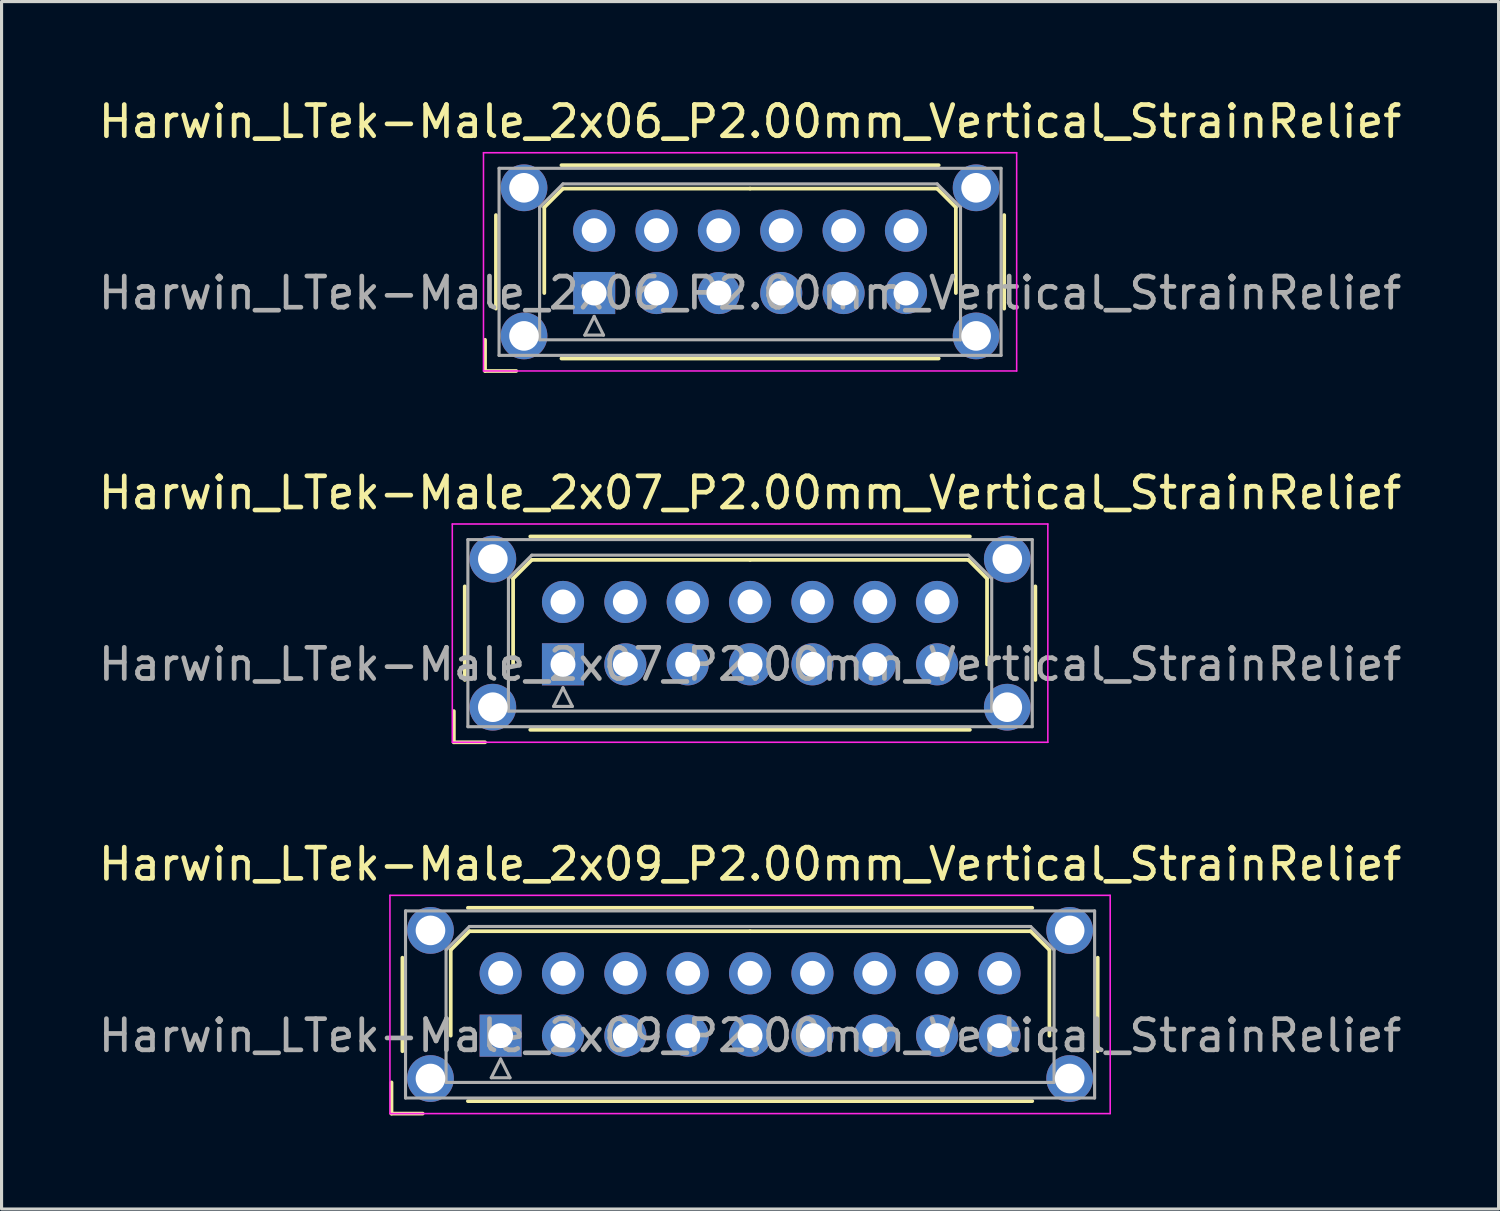
<source format=kicad_pcb>
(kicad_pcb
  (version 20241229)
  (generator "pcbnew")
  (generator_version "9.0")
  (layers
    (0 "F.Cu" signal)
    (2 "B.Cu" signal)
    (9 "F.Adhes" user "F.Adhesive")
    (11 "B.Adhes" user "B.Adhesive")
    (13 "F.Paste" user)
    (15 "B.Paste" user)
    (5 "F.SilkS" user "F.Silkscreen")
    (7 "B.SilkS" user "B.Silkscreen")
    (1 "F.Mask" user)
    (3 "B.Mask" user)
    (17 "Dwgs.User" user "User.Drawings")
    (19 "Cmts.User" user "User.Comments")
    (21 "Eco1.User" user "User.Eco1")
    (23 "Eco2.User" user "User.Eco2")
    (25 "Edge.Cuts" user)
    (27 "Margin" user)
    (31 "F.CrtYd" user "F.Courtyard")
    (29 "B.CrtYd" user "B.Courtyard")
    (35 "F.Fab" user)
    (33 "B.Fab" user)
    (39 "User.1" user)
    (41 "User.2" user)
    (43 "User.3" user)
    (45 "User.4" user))
  (footprint "Harwin_LTek-Male_2x07_P2.00mm_Vertical_StrainRelief"
    (layer "F.Cu")
    (at 15.006 18.256)
    (property "Reference" "Harwin_LTek-Male_2x07_P2.00mm_Vertical_StrainRelief" (at 6 -5.5 0) (layer "F.SilkS") (effects (font (size 1 1) (thickness 0.15))))
    (attr through_hole)
    (fp_line (start -3.5 1.5) (end -3.5 2.5) (stroke (width 0.12) (type solid)) (layer "F.SilkS"))
    (fp_line (start -3.5 2.5) (end -2.5 2.5) (stroke (width 0.12) (type solid)) (layer "F.SilkS"))
    (fp_line (start -3.15 -2.5) (end -3.15 0.5) (stroke (width 0.12) (type solid)) (layer "F.SilkS"))
    (fp_line (start -1.6 -2.75) (end -1 -3.35) (stroke (width 0.12) (type solid)) (layer "F.SilkS"))
    (fp_line (start -1.6 0) (end -1.6 -2.75) (stroke (width 0.12) (type solid)) (layer "F.SilkS"))
    (fp_line (start -1.05 -4.1) (end 13.05 -4.1) (stroke (width 0.12) (type solid)) (layer "F.SilkS"))
    (fp_line (start -1.05 2.1) (end 13.05 2.1) (stroke (width 0.12) (type solid)) (layer "F.SilkS"))
    (fp_line (start -1 -3.35) (end 6 -3.35) (stroke (width 0.12) (type solid)) (layer "F.SilkS"))
    (fp_line (start 13 -3.35) (end 6 -3.35) (stroke (width 0.12) (type solid)) (layer "F.SilkS"))
    (fp_line (start 13.6 -2.75) (end 13 -3.35) (stroke (width 0.12) (type solid)) (layer "F.SilkS"))
    (fp_line (start 13.6 0) (end 13.6 -2.75) (stroke (width 0.12) (type solid)) (layer "F.SilkS"))
    (fp_line (start 15.15 -2.5) (end 15.15 0.5) (stroke (width 0.12) (type solid)) (layer "F.SilkS"))
    (fp_line (start -3.55 -4.5) (end -3.55 2.5) (stroke (width 0.05) (type solid)) (layer "F.CrtYd"))
    (fp_line (start -3.55 2.5) (end 15.55 2.5) (stroke (width 0.05) (type solid)) (layer "F.CrtYd"))
    (fp_line (start 15.55 -4.5) (end -3.55 -4.5) (stroke (width 0.05) (type solid)) (layer "F.CrtYd"))
    (fp_line (start 15.55 2.5) (end 15.55 -4.5) (stroke (width 0.05) (type solid)) (layer "F.CrtYd"))
    (fp_line (start -3.05 -4) (end -3.05 2) (stroke (width 0.1) (type solid)) (layer "F.Fab"))
    (fp_line (start -3.05 2) (end 15.05 2) (stroke (width 0.1) (type solid)) (layer "F.Fab"))
    (fp_line (start -1.75 -2.75) (end -1 -3.5) (stroke (width 0.1) (type solid)) (layer "F.Fab"))
    (fp_line (start -1.75 1.5) (end -1.75 -2.75) (stroke (width 0.1) (type solid)) (layer "F.Fab"))
    (fp_line (start -1 -3.5) (end 13 -3.5) (stroke (width 0.1) (type solid)) (layer "F.Fab"))
    (fp_line (start -0.3 1.35) (end 0.3 1.35) (stroke (width 0.1) (type solid)) (layer "F.Fab"))
    (fp_line (start 0 0.75) (end -0.3 1.35) (stroke (width 0.1) (type solid)) (layer "F.Fab"))
    (fp_line (start 0.3 1.35) (end 0 0.75) (stroke (width 0.1) (type solid)) (layer "F.Fab"))
    (fp_line (start 13 -3.5) (end 13.75 -2.75) (stroke (width 0.1) (type solid)) (layer "F.Fab"))
    (fp_line (start 13.75 -2.75) (end 13.75 1.5) (stroke (width 0.1) (type solid)) (layer "F.Fab"))
    (fp_line (start 13.75 1.5) (end -1.75 1.5) (stroke (width 0.1) (type solid)) (layer "F.Fab"))
    (fp_line (start 15.05 -4) (end -3.05 -4) (stroke (width 0.1) (type solid)) (layer "F.Fab"))
    (fp_line (start 15.05 2) (end 15.05 -4) (stroke (width 0.1) (type solid)) (layer "F.Fab"))
    (fp_text user "${REFERENCE}" (at 6 0 0) (layer "F.Fab") (effects (font (size 1 1) (thickness 0.15))))
    (pad "" thru_hole circle (at -2.25 -3.375) (size 1.5 1.5) (drill 0.95) (layers "*.Cu" "*.Mask"))
    (pad "" thru_hole circle (at -2.25 1.375) (size 1.5 1.5) (drill 0.95) (layers "*.Cu" "*.Mask"))
    (pad "" thru_hole circle (at 14.25 -3.375) (size 1.5 1.5) (drill 0.95) (layers "*.Cu" "*.Mask"))
    (pad "" thru_hole circle (at 14.25 1.375) (size 1.5 1.5) (drill 0.95) (layers "*.Cu" "*.Mask"))
    (pad "1" thru_hole rect (at 0 0) (size 1.35 1.35) (drill 0.8) (layers "*.Cu" "*.Mask"))
    (pad "2" thru_hole circle (at 0 -2) (size 1.35 1.35) (drill 0.8) (layers "*.Cu" "*.Mask"))
    (pad "3" thru_hole circle (at 2 0) (size 1.35 1.35) (drill 0.8) (layers "*.Cu" "*.Mask"))
    (pad "4" thru_hole circle (at 2 -2) (size 1.35 1.35) (drill 0.8) (layers "*.Cu" "*.Mask"))
    (pad "5" thru_hole circle (at 4 0) (size 1.35 1.35) (drill 0.8) (layers "*.Cu" "*.Mask"))
    (pad "6" thru_hole circle (at 4 -2) (size 1.35 1.35) (drill 0.8) (layers "*.Cu" "*.Mask"))
    (pad "7" thru_hole circle (at 6 0) (size 1.35 1.35) (drill 0.8) (layers "*.Cu" "*.Mask"))
    (pad "8" thru_hole circle (at 6 -2) (size 1.35 1.35) (drill 0.8) (layers "*.Cu" "*.Mask"))
    (pad "9" thru_hole circle (at 8 0) (size 1.35 1.35) (drill 0.8) (layers "*.Cu" "*.Mask"))
    (pad "10" thru_hole circle (at 8 -2) (size 1.35 1.35) (drill 0.8) (layers "*.Cu" "*.Mask"))
    (pad "11" thru_hole circle (at 10 0) (size 1.35 1.35) (drill 0.8) (layers "*.Cu" "*.Mask"))
    (pad "12" thru_hole circle (at 10 -2) (size 1.35 1.35) (drill 0.8) (layers "*.Cu" "*.Mask"))
    (pad "13" thru_hole circle (at 12 0) (size 1.35 1.35) (drill 0.8) (layers "*.Cu" "*.Mask"))
    (pad "14" thru_hole circle (at 12 -2) (size 1.35 1.35) (drill 0.8) (layers "*.Cu" "*.Mask")))
  (footprint "Harwin_LTek-Male_2x09_P2.00mm_Vertical_StrainRelief"
    (layer "F.Cu")
    (at 13.006 30.165)
    (property "Reference" "Harwin_LTek-Male_2x09_P2.00mm_Vertical_StrainRelief" (at 8 -5.5 0) (layer "F.SilkS") (effects (font (size 1 1) (thickness 0.15))))
    (attr through_hole)
    (fp_line (start -3.5 1.5) (end -3.5 2.5) (stroke (width 0.12) (type solid)) (layer "F.SilkS"))
    (fp_line (start -3.5 2.5) (end -2.5 2.5) (stroke (width 0.12) (type solid)) (layer "F.SilkS"))
    (fp_line (start -3.15 -2.5) (end -3.15 0.5) (stroke (width 0.12) (type solid)) (layer "F.SilkS"))
    (fp_line (start -1.6 -2.75) (end -1 -3.35) (stroke (width 0.12) (type solid)) (layer "F.SilkS"))
    (fp_line (start -1.6 0) (end -1.6 -2.75) (stroke (width 0.12) (type solid)) (layer "F.SilkS"))
    (fp_line (start -1.05 -4.1) (end 17.05 -4.1) (stroke (width 0.12) (type solid)) (layer "F.SilkS"))
    (fp_line (start -1.05 2.1) (end 17.05 2.1) (stroke (width 0.12) (type solid)) (layer "F.SilkS"))
    (fp_line (start -1 -3.35) (end 8 -3.35) (stroke (width 0.12) (type solid)) (layer "F.SilkS"))
    (fp_line (start 17 -3.35) (end 8 -3.35) (stroke (width 0.12) (type solid)) (layer "F.SilkS"))
    (fp_line (start 17.6 -2.75) (end 17 -3.35) (stroke (width 0.12) (type solid)) (layer "F.SilkS"))
    (fp_line (start 17.6 0) (end 17.6 -2.75) (stroke (width 0.12) (type solid)) (layer "F.SilkS"))
    (fp_line (start 19.15 -2.5) (end 19.15 0.5) (stroke (width 0.12) (type solid)) (layer "F.SilkS"))
    (fp_line (start -3.55 -4.5) (end -3.55 2.5) (stroke (width 0.05) (type solid)) (layer "F.CrtYd"))
    (fp_line (start -3.55 2.5) (end 19.55 2.5) (stroke (width 0.05) (type solid)) (layer "F.CrtYd"))
    (fp_line (start 19.55 -4.5) (end -3.55 -4.5) (stroke (width 0.05) (type solid)) (layer "F.CrtYd"))
    (fp_line (start 19.55 2.5) (end 19.55 -4.5) (stroke (width 0.05) (type solid)) (layer "F.CrtYd"))
    (fp_line (start -3.05 -4) (end -3.05 2) (stroke (width 0.1) (type solid)) (layer "F.Fab"))
    (fp_line (start -3.05 2) (end 19.05 2) (stroke (width 0.1) (type solid)) (layer "F.Fab"))
    (fp_line (start -1.75 -2.75) (end -1 -3.5) (stroke (width 0.1) (type solid)) (layer "F.Fab"))
    (fp_line (start -1.75 1.5) (end -1.75 -2.75) (stroke (width 0.1) (type solid)) (layer "F.Fab"))
    (fp_line (start -1 -3.5) (end 17 -3.5) (stroke (width 0.1) (type solid)) (layer "F.Fab"))
    (fp_line (start -0.3 1.35) (end 0.3 1.35) (stroke (width 0.1) (type solid)) (layer "F.Fab"))
    (fp_line (start 0 0.75) (end -0.3 1.35) (stroke (width 0.1) (type solid)) (layer "F.Fab"))
    (fp_line (start 0.3 1.35) (end 0 0.75) (stroke (width 0.1) (type solid)) (layer "F.Fab"))
    (fp_line (start 17 -3.5) (end 17.75 -2.75) (stroke (width 0.1) (type solid)) (layer "F.Fab"))
    (fp_line (start 17.75 -2.75) (end 17.75 1.5) (stroke (width 0.1) (type solid)) (layer "F.Fab"))
    (fp_line (start 17.75 1.5) (end -1.75 1.5) (stroke (width 0.1) (type solid)) (layer "F.Fab"))
    (fp_line (start 19.05 -4) (end -3.05 -4) (stroke (width 0.1) (type solid)) (layer "F.Fab"))
    (fp_line (start 19.05 2) (end 19.05 -4) (stroke (width 0.1) (type solid)) (layer "F.Fab"))
    (fp_text user "${REFERENCE}" (at 8 0 0) (layer "F.Fab") (effects (font (size 1 1) (thickness 0.15))))
    (pad "" thru_hole circle (at -2.25 -3.375) (size 1.5 1.5) (drill 0.95) (layers "*.Cu" "*.Mask"))
    (pad "" thru_hole circle (at -2.25 1.375) (size 1.5 1.5) (drill 0.95) (layers "*.Cu" "*.Mask"))
    (pad "" thru_hole circle (at 18.25 -3.375) (size 1.5 1.5) (drill 0.95) (layers "*.Cu" "*.Mask"))
    (pad "" thru_hole circle (at 18.25 1.375) (size 1.5 1.5) (drill 0.95) (layers "*.Cu" "*.Mask"))
    (pad "1" thru_hole rect (at 0 0) (size 1.35 1.35) (drill 0.8) (layers "*.Cu" "*.Mask"))
    (pad "2" thru_hole circle (at 0 -2) (size 1.35 1.35) (drill 0.8) (layers "*.Cu" "*.Mask"))
    (pad "3" thru_hole circle (at 2 0) (size 1.35 1.35) (drill 0.8) (layers "*.Cu" "*.Mask"))
    (pad "4" thru_hole circle (at 2 -2) (size 1.35 1.35) (drill 0.8) (layers "*.Cu" "*.Mask"))
    (pad "5" thru_hole circle (at 4 0) (size 1.35 1.35) (drill 0.8) (layers "*.Cu" "*.Mask"))
    (pad "6" thru_hole circle (at 4 -2) (size 1.35 1.35) (drill 0.8) (layers "*.Cu" "*.Mask"))
    (pad "7" thru_hole circle (at 6 0) (size 1.35 1.35) (drill 0.8) (layers "*.Cu" "*.Mask"))
    (pad "8" thru_hole circle (at 6 -2) (size 1.35 1.35) (drill 0.8) (layers "*.Cu" "*.Mask"))
    (pad "9" thru_hole circle (at 8 0) (size 1.35 1.35) (drill 0.8) (layers "*.Cu" "*.Mask"))
    (pad "10" thru_hole circle (at 8 -2) (size 1.35 1.35) (drill 0.8) (layers "*.Cu" "*.Mask"))
    (pad "11" thru_hole circle (at 10 0) (size 1.35 1.35) (drill 0.8) (layers "*.Cu" "*.Mask"))
    (pad "12" thru_hole circle (at 10 -2) (size 1.35 1.35) (drill 0.8) (layers "*.Cu" "*.Mask"))
    (pad "13" thru_hole circle (at 12 0) (size 1.35 1.35) (drill 0.8) (layers "*.Cu" "*.Mask"))
    (pad "14" thru_hole circle (at 12 -2) (size 1.35 1.35) (drill 0.8) (layers "*.Cu" "*.Mask"))
    (pad "15" thru_hole circle (at 14 0) (size 1.35 1.35) (drill 0.8) (layers "*.Cu" "*.Mask"))
    (pad "16" thru_hole circle (at 14 -2) (size 1.35 1.35) (drill 0.8) (layers "*.Cu" "*.Mask"))
    (pad "17" thru_hole circle (at 16 0) (size 1.35 1.35) (drill 0.8) (layers "*.Cu" "*.Mask"))
    (pad "18" thru_hole circle (at 16 -2) (size 1.35 1.35) (drill 0.8) (layers "*.Cu" "*.Mask")))
  (footprint "Harwin_LTek-Male_2x06_P2.00mm_Vertical_StrainRelief"
    (layer "F.Cu")
    (at 16.006 6.348)
    (property "Reference" "Harwin_LTek-Male_2x06_P2.00mm_Vertical_StrainRelief" (at 5 -5.5 0) (layer "F.SilkS") (effects (font (size 1 1) (thickness 0.15))))
    (attr through_hole)
    (fp_line (start -3.5 1.5) (end -3.5 2.5) (stroke (width 0.12) (type solid)) (layer "F.SilkS"))
    (fp_line (start -3.5 2.5) (end -2.5 2.5) (stroke (width 0.12) (type solid)) (layer "F.SilkS"))
    (fp_line (start -3.15 -2.5) (end -3.15 0.5) (stroke (width 0.12) (type solid)) (layer "F.SilkS"))
    (fp_line (start -1.6 -2.75) (end -1 -3.35) (stroke (width 0.12) (type solid)) (layer "F.SilkS"))
    (fp_line (start -1.6 0) (end -1.6 -2.75) (stroke (width 0.12) (type solid)) (layer "F.SilkS"))
    (fp_line (start -1.05 -4.1) (end 11.05 -4.1) (stroke (width 0.12) (type solid)) (layer "F.SilkS"))
    (fp_line (start -1.05 2.1) (end 11.05 2.1) (stroke (width 0.12) (type solid)) (layer "F.SilkS"))
    (fp_line (start -1 -3.35) (end 5 -3.35) (stroke (width 0.12) (type solid)) (layer "F.SilkS"))
    (fp_line (start 11 -3.35) (end 5 -3.35) (stroke (width 0.12) (type solid)) (layer "F.SilkS"))
    (fp_line (start 11.6 -2.75) (end 11 -3.35) (stroke (width 0.12) (type solid)) (layer "F.SilkS"))
    (fp_line (start 11.6 0) (end 11.6 -2.75) (stroke (width 0.12) (type solid)) (layer "F.SilkS"))
    (fp_line (start 13.15 -2.5) (end 13.15 0.5) (stroke (width 0.12) (type solid)) (layer "F.SilkS"))
    (fp_line (start -3.55 -4.5) (end -3.55 2.5) (stroke (width 0.05) (type solid)) (layer "F.CrtYd"))
    (fp_line (start -3.55 2.5) (end 13.55 2.5) (stroke (width 0.05) (type solid)) (layer "F.CrtYd"))
    (fp_line (start 13.55 -4.5) (end -3.55 -4.5) (stroke (width 0.05) (type solid)) (layer "F.CrtYd"))
    (fp_line (start 13.55 2.5) (end 13.55 -4.5) (stroke (width 0.05) (type solid)) (layer "F.CrtYd"))
    (fp_line (start -3.05 -4) (end -3.05 2) (stroke (width 0.1) (type solid)) (layer "F.Fab"))
    (fp_line (start -3.05 2) (end 13.05 2) (stroke (width 0.1) (type solid)) (layer "F.Fab"))
    (fp_line (start -1.75 -2.75) (end -1 -3.5) (stroke (width 0.1) (type solid)) (layer "F.Fab"))
    (fp_line (start -1.75 1.5) (end -1.75 -2.75) (stroke (width 0.1) (type solid)) (layer "F.Fab"))
    (fp_line (start -1 -3.5) (end 11 -3.5) (stroke (width 0.1) (type solid)) (layer "F.Fab"))
    (fp_line (start -0.3 1.35) (end 0.3 1.35) (stroke (width 0.1) (type solid)) (layer "F.Fab"))
    (fp_line (start 0 0.75) (end -0.3 1.35) (stroke (width 0.1) (type solid)) (layer "F.Fab"))
    (fp_line (start 0.3 1.35) (end 0 0.75) (stroke (width 0.1) (type solid)) (layer "F.Fab"))
    (fp_line (start 11 -3.5) (end 11.75 -2.75) (stroke (width 0.1) (type solid)) (layer "F.Fab"))
    (fp_line (start 11.75 -2.75) (end 11.75 1.5) (stroke (width 0.1) (type solid)) (layer "F.Fab"))
    (fp_line (start 11.75 1.5) (end -1.75 1.5) (stroke (width 0.1) (type solid)) (layer "F.Fab"))
    (fp_line (start 13.05 -4) (end -3.05 -4) (stroke (width 0.1) (type solid)) (layer "F.Fab"))
    (fp_line (start 13.05 2) (end 13.05 -4) (stroke (width 0.1) (type solid)) (layer "F.Fab"))
    (fp_text user "${REFERENCE}" (at 5 0 0) (layer "F.Fab") (effects (font (size 1 1) (thickness 0.15))))
    (pad "" thru_hole circle (at -2.25 -3.375) (size 1.5 1.5) (drill 0.95) (layers "*.Cu" "*.Mask"))
    (pad "" thru_hole circle (at -2.25 1.375) (size 1.5 1.5) (drill 0.95) (layers "*.Cu" "*.Mask"))
    (pad "" thru_hole circle (at 12.25 -3.375) (size 1.5 1.5) (drill 0.95) (layers "*.Cu" "*.Mask"))
    (pad "" thru_hole circle (at 12.25 1.375) (size 1.5 1.5) (drill 0.95) (layers "*.Cu" "*.Mask"))
    (pad "1" thru_hole rect (at 0 0) (size 1.35 1.35) (drill 0.8) (layers "*.Cu" "*.Mask"))
    (pad "2" thru_hole circle (at 0 -2) (size 1.35 1.35) (drill 0.8) (layers "*.Cu" "*.Mask"))
    (pad "3" thru_hole circle (at 2 0) (size 1.35 1.35) (drill 0.8) (layers "*.Cu" "*.Mask"))
    (pad "4" thru_hole circle (at 2 -2) (size 1.35 1.35) (drill 0.8) (layers "*.Cu" "*.Mask"))
    (pad "5" thru_hole circle (at 4 0) (size 1.35 1.35) (drill 0.8) (layers "*.Cu" "*.Mask"))
    (pad "6" thru_hole circle (at 4 -2) (size 1.35 1.35) (drill 0.8) (layers "*.Cu" "*.Mask"))
    (pad "7" thru_hole circle (at 6 0) (size 1.35 1.35) (drill 0.8) (layers "*.Cu" "*.Mask"))
    (pad "8" thru_hole circle (at 6 -2) (size 1.35 1.35) (drill 0.8) (layers "*.Cu" "*.Mask"))
    (pad "9" thru_hole circle (at 8 0) (size 1.35 1.35) (drill 0.8) (layers "*.Cu" "*.Mask"))
    (pad "10" thru_hole circle (at 8 -2) (size 1.35 1.35) (drill 0.8) (layers "*.Cu" "*.Mask"))
    (pad "11" thru_hole circle (at 10 0) (size 1.35 1.35) (drill 0.8) (layers "*.Cu" "*.Mask"))
    (pad "12" thru_hole circle (at 10 -2) (size 1.35 1.35) (drill 0.8) (layers "*.Cu" "*.Mask")))
  (gr_rect
    (start -3 -3)
    (end 45.012 35.725)
    (stroke (width 0.1) (type default))
    (fill no)
    (layer "Edge.Cuts")))
</source>
